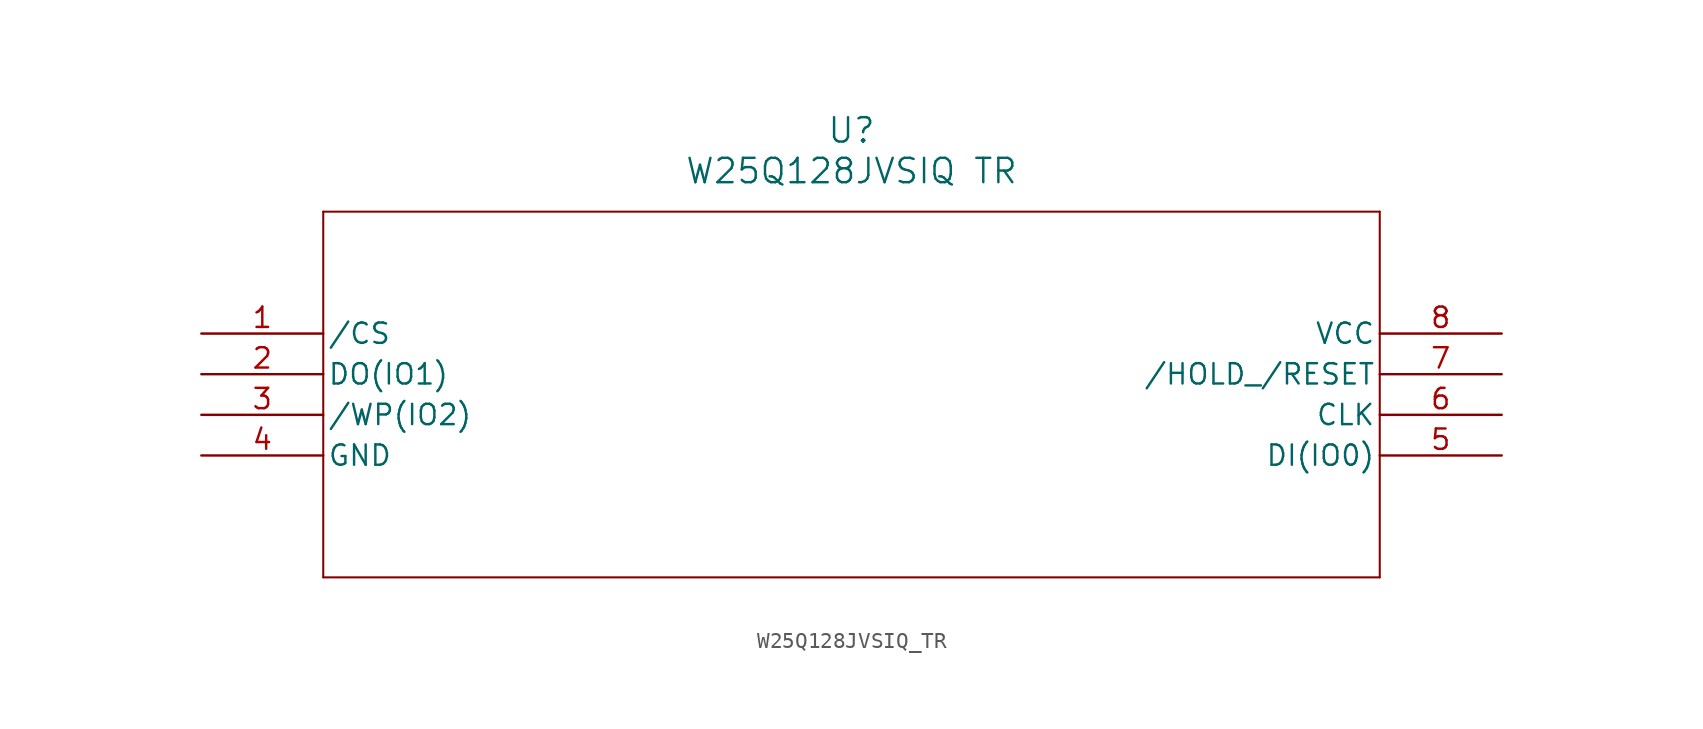
<source format=kicad_sym>
(kicad_symbol_lib
  (version 20211014)
  (generator kicad_symbol_editor)
  (symbol "W25Q128JVSIQ_TR"
    (pin_names
      (offset 0.254))
    (property "Reference" "U"
      (at 40.64 12.7 0)
      (effects (font (size 1.524 1.524))))
    (property "Value" "W25Q128JVSIQ TR"
      (at 40.64 10.16 0)
      (effects (font (size 1.524 1.524))))
    (symbol "W25Q128JVSIQ_TR_0_1"
      (polyline (pts (xy 7.62 7.62) (xy 7.62 -15.24)) (stroke (width 0.127) (type default) (color 0 0 0 0)) (fill (type none)))
      (polyline (pts (xy 7.62 -15.24) (xy 73.66 -15.24)) (stroke (width 0.127) (type default) (color 0 0 0 0)) (fill (type none)))
      (polyline (pts (xy 73.66 -15.24) (xy 73.66 7.62)) (stroke (width 0.127) (type default) (color 0 0 0 0)) (fill (type none)))
      (polyline (pts (xy 73.66 7.62) (xy 7.62 7.62)) (stroke (width 0.127) (type default) (color 0 0 0 0)) (fill (type none)))
      (pin input line (at 0 0 0) (length 7.62) (name "/CS" (effects (font (size 1.27 1.27)))) (number "1" (effects (font (size 1.27 1.27)))))
      (pin bidirectional line (at 0 -2.54 0) (length 7.62) (name "DO(IO1)" (effects (font (size 1.27 1.27)))) (number "2" (effects (font (size 1.27 1.27)))))
      (pin bidirectional line (at 0 -5.08 0) (length 7.62) (name "/WP(IO2)" (effects (font (size 1.27 1.27)))) (number "3" (effects (font (size 1.27 1.27)))))
      (pin power_out line (at 0 -7.62 0) (length 7.62) (name "GND" (effects (font (size 1.27 1.27)))) (number "4" (effects (font (size 1.27 1.27)))))
      (pin bidirectional line (at 81.28 -7.62 180) (length 7.62) (name "DI(IO0)" (effects (font (size 1.27 1.27)))) (number "5" (effects (font (size 1.27 1.27)))))
      (pin input line (at 81.28 -5.08 180) (length 7.62) (name "CLK" (effects (font (size 1.27 1.27)))) (number "6" (effects (font (size 1.27 1.27)))))
      (pin bidirectional line (at 81.28 -2.54 180) (length 7.62) (name "/HOLD_/RESET" (effects (font (size 1.27 1.27)))) (number "7" (effects (font (size 1.27 1.27)))))
      (pin power_in line (at 81.28 0 180) (length 7.62) (name "VCC" (effects (font (size 1.27 1.27)))) (number "8" (effects (font (size 1.27 1.27))))))))
</source>
